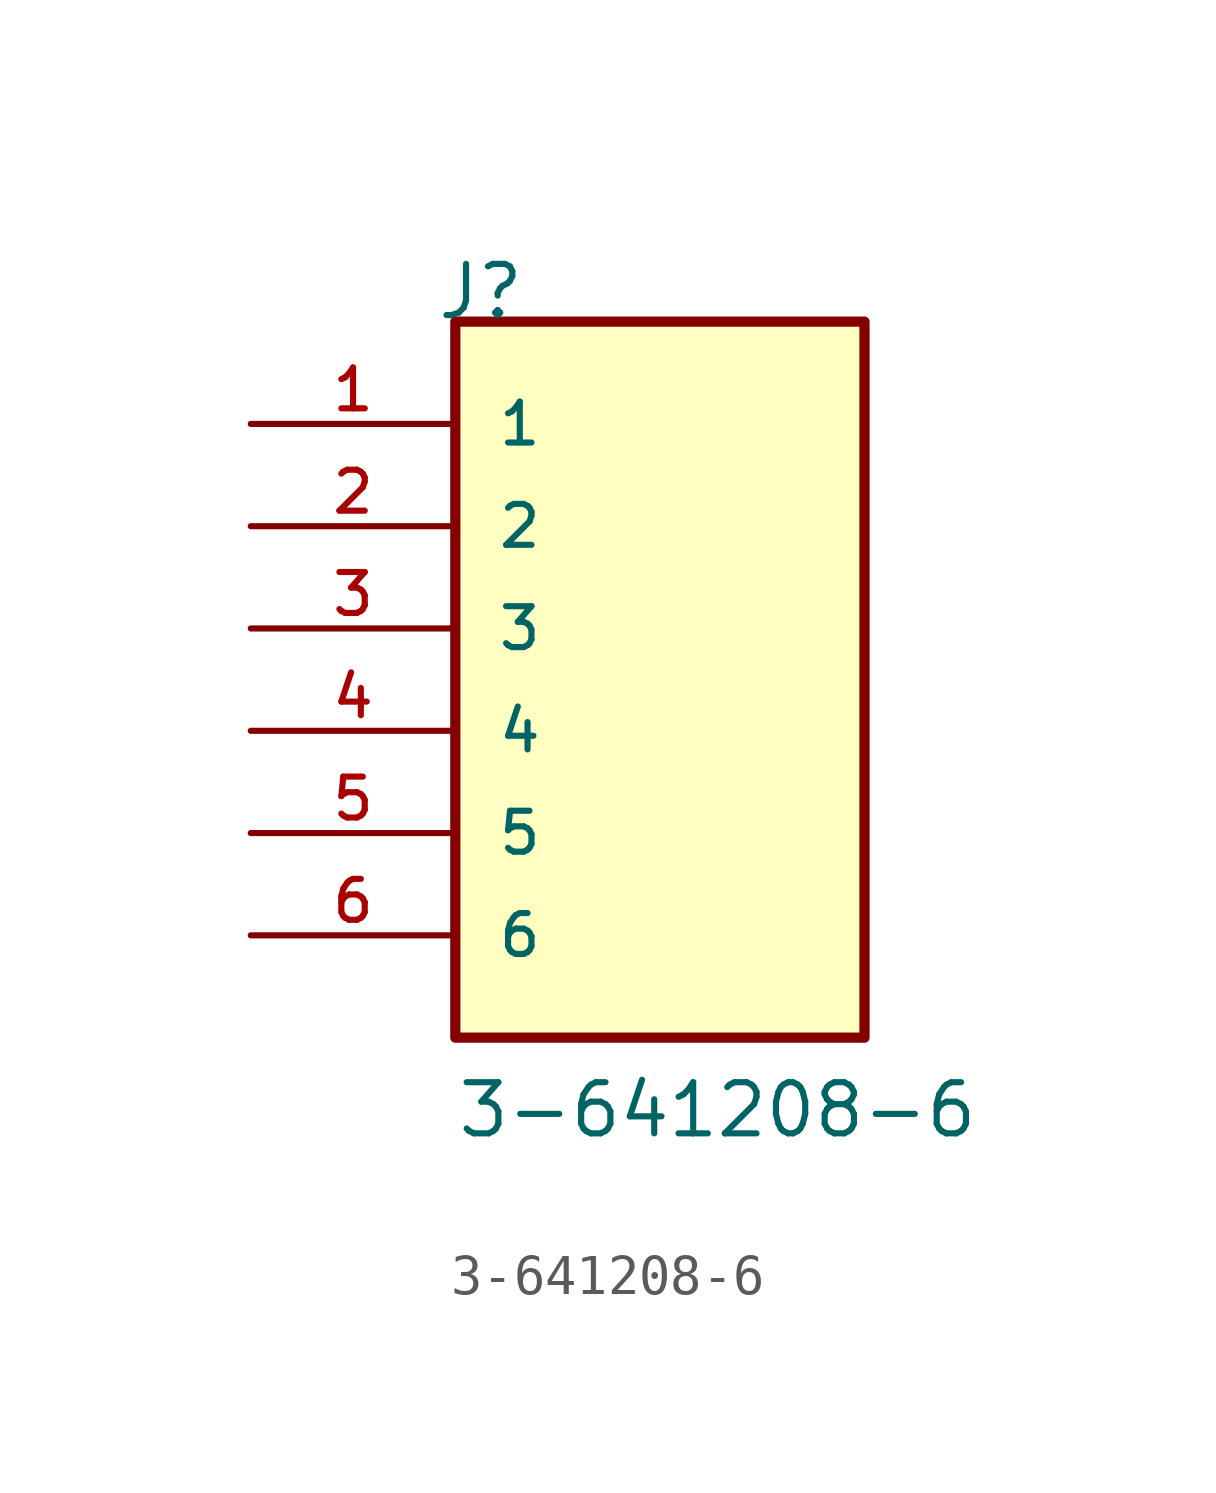
<source format=kicad_sym>
(kicad_symbol_lib
  (version 20211014)
  (generator kicad_symbol_editor)
  (symbol "3-641208-6"
    (pin_names
      (offset 1.016))
    (property "Reference" "J"
      (at -5.58 10.16 0)
      (effects (font (size 1.27 1.27)) (justify bottom left)))
    (property "Value" "3-641208-6"
      (at -5.08 -10.16 0)
      (effects (font (size 1.27 1.27)) (justify bottom left)))
    (symbol "3-641208-6_0_0"
      (rectangle (start -5.08 -7.62) (end 5.08 10.16) (stroke (width 0.254)) (fill (type background)))
      (pin passive line (at -10.16 7.62 0) (length 5.08) (name "1" (effects (font (size 1.016 1.016)))) (number "1" (effects (font (size 1.016 1.016)))))
      (pin passive line (at -10.16 5.08 0) (length 5.08) (name "2" (effects (font (size 1.016 1.016)))) (number "2" (effects (font (size 1.016 1.016)))))
      (pin passive line (at -10.16 2.54 0) (length 5.08) (name "3" (effects (font (size 1.016 1.016)))) (number "3" (effects (font (size 1.016 1.016)))))
      (pin passive line (at -10.16 0.0 0) (length 5.08) (name "4" (effects (font (size 1.016 1.016)))) (number "4" (effects (font (size 1.016 1.016)))))
      (pin passive line (at -10.16 -2.54 0) (length 5.08) (name "5" (effects (font (size 1.016 1.016)))) (number "5" (effects (font (size 1.016 1.016)))))
      (pin passive line (at -10.16 -5.08 0) (length 5.08) (name "6" (effects (font (size 1.016 1.016)))) (number "6" (effects (font (size 1.016 1.016))))))))
</source>
